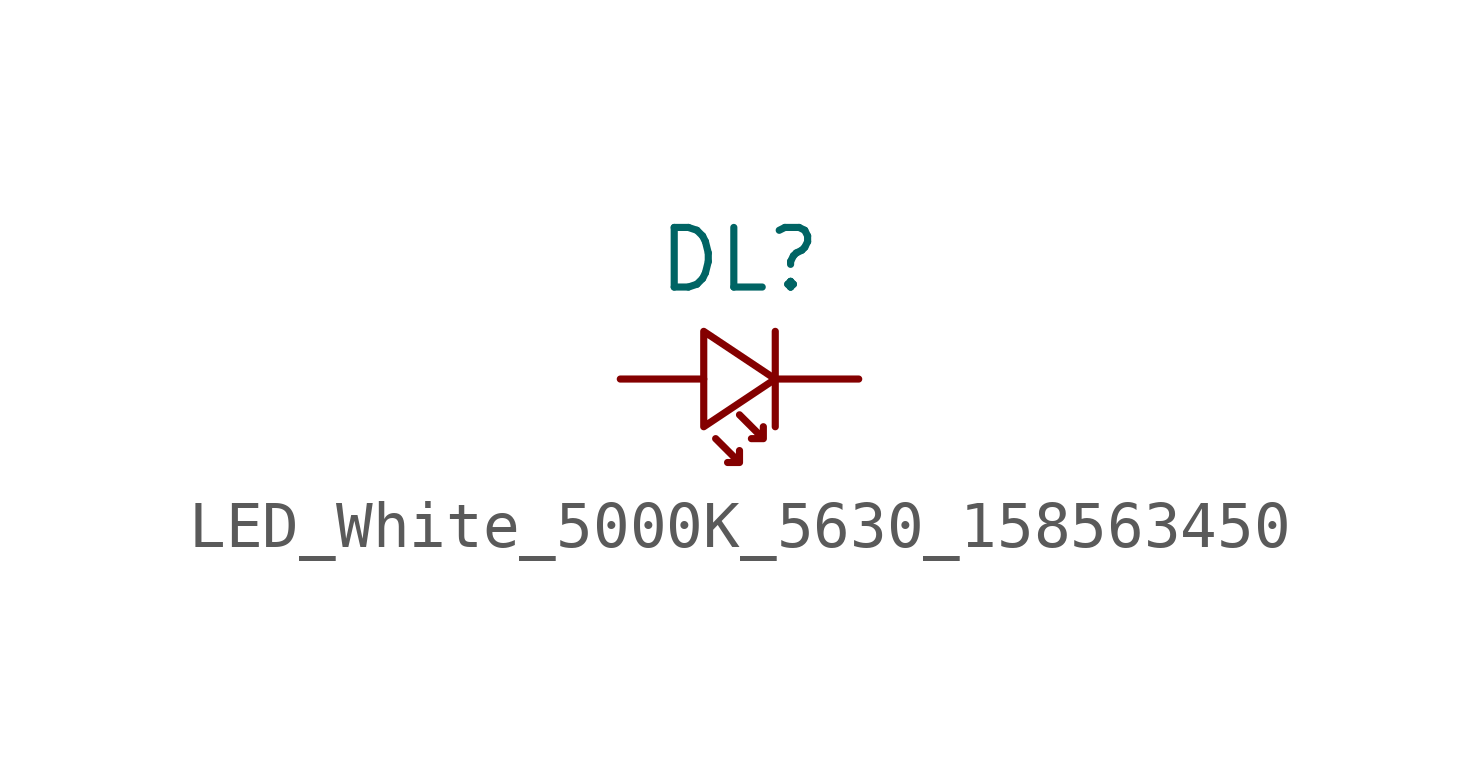
<source format=kicad_sym>
(kicad_symbol_lib
  (version 20220914)
  (generator kicad_symbol_editor)
  (symbol "LED_White_5000K_5630_158563450"
    (pin_numbers hide)
    (pin_names
      (offset 0) hide)
    (property "Reference" "DL"
      (at 0 2.54 0)
      (effects (font (size 1.27 1.27))))
    (symbol "LED_White_5000K_5630_158563450_0_1"
      (polyline (pts (xy 0.762 1.016) (xy 0.762 -1.016)) (stroke (width 0) (type solid)) (fill (type none)))
      (polyline (pts (xy -0.508 -1.27) (xy 0 -1.778) (xy -0.254 -1.778) (xy 0 -1.778) (xy 0 -1.524)) (stroke (width 0) (type solid)) (fill (type none)))
      (polyline (pts (xy 0 -0.762) (xy 0.508 -1.27) (xy 0.254 -1.27) (xy 0.508 -1.27) (xy 0.508 -1.016)) (stroke (width 0) (type solid)) (fill (type none))))
    (symbol "LED_White_5000K_5630_158563450_1_1"
      (polyline (pts (xy -0.762 1.016) (xy 0.762 0) (xy -0.762 -1.016) (xy -0.762 1.016)) (stroke (width 0) (type solid)) (fill (type none)))
      (pin passive line (at 2.54 0 180) (length 1.778) (name "K" (effects (font (size 1.27 1.27)))) (number "1" (effects (font (size 1.27 1.27)))))
      (pin passive line (at -2.54 0 0) (length 1.778) (name "A" (effects (font (size 1.27 1.27)))) (number "2" (effects (font (size 1.27 1.27))))))))
</source>
